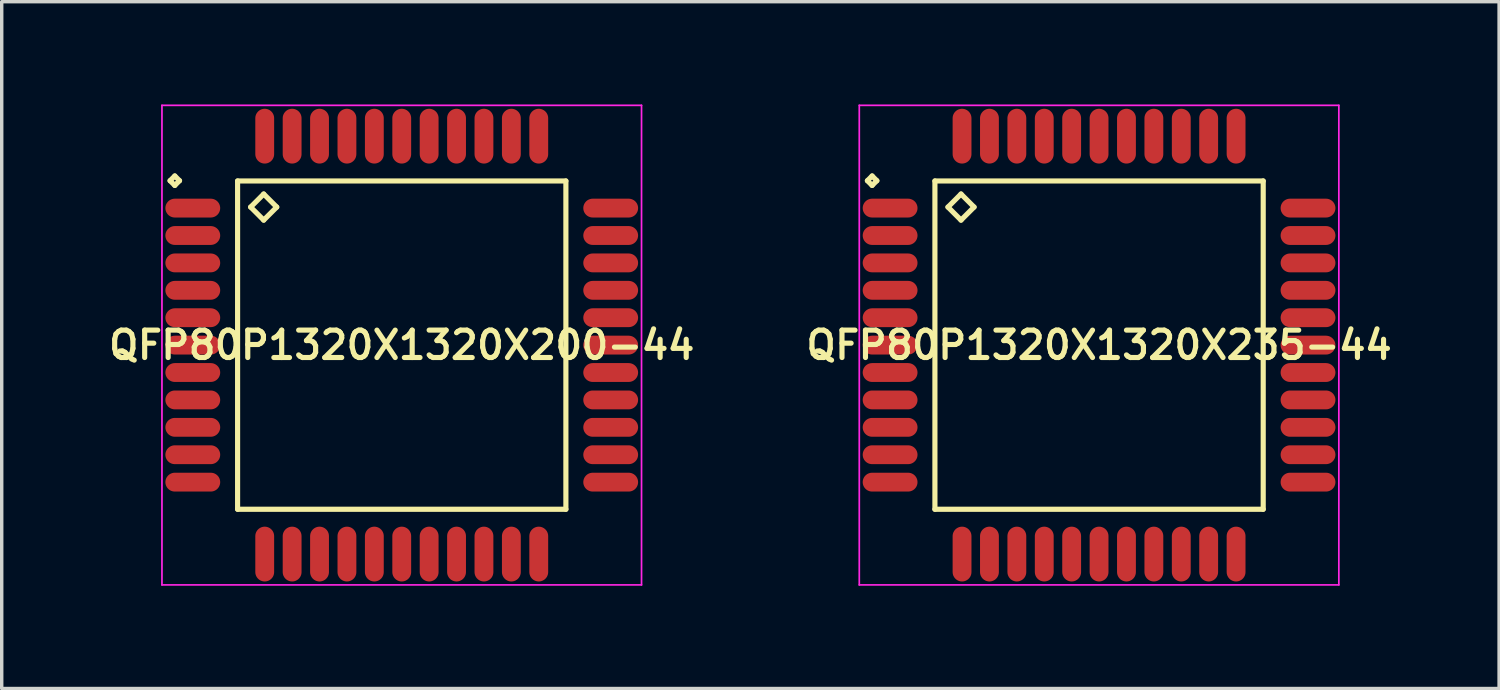
<source format=kicad_pcb>
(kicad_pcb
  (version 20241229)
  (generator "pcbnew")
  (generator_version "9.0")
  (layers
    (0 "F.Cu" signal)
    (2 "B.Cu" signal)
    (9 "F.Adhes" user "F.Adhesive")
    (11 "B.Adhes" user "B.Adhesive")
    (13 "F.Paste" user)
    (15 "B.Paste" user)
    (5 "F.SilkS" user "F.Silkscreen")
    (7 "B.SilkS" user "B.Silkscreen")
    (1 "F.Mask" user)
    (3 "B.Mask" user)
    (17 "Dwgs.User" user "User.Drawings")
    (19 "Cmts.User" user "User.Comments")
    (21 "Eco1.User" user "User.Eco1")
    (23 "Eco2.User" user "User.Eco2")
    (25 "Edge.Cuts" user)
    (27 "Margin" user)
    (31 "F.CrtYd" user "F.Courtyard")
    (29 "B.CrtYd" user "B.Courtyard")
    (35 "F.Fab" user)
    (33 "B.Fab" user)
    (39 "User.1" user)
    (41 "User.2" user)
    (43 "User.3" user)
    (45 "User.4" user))
  (footprint "QFP80P1320X1320X200-44"
    (layer "F.Cu")
    (at 8.678 7.025)
    (property "Reference" "QFP80P1320X1320X200-44" (at 0 0 0) (layer "F.SilkS") (effects (font (size 0.8 0.8) (thickness 0.15))))
    (attr smd)
    (fp_line (start -6.763 -4.8) (end -6.625 -4.938) (stroke (width 0.15) (type solid)) (layer "F.SilkS"))
    (fp_line (start -6.625 -4.938) (end -6.487 -4.8) (stroke (width 0.15) (type solid)) (layer "F.SilkS"))
    (fp_line (start -6.625 -4.662) (end -6.763 -4.8) (stroke (width 0.15) (type solid)) (layer "F.SilkS"))
    (fp_line (start -6.487 -4.8) (end -6.625 -4.662) (stroke (width 0.15) (type solid)) (layer "F.SilkS"))
    (fp_line (start -4.792 -4.792) (end -4.792 4.792) (stroke (width 0.15) (type solid)) (layer "F.SilkS"))
    (fp_line (start -4.792 4.792) (end 4.792 4.792) (stroke (width 0.15) (type solid)) (layer "F.SilkS"))
    (fp_line (start -4.411 -4.03) (end -4.03 -4.411) (stroke (width 0.15) (type solid)) (layer "F.SilkS"))
    (fp_line (start -4.03 -4.411) (end -3.649 -4.03) (stroke (width 0.15) (type solid)) (layer "F.SilkS"))
    (fp_line (start -4.03 -3.649) (end -4.411 -4.03) (stroke (width 0.15) (type solid)) (layer "F.SilkS"))
    (fp_line (start -3.649 -4.03) (end -4.03 -3.649) (stroke (width 0.15) (type solid)) (layer "F.SilkS"))
    (fp_line (start 4.792 -4.792) (end -4.792 -4.792) (stroke (width 0.15) (type solid)) (layer "F.SilkS"))
    (fp_line (start 4.792 4.792) (end 4.792 -4.792) (stroke (width 0.15) (type solid)) (layer "F.SilkS"))
    (fp_line (start -7 -7) (end 7 -7) (stroke (width 0.05) (type solid)) (layer "F.CrtYd"))
    (fp_line (start -7 7) (end -7 -7) (stroke (width 0.05) (type solid)) (layer "F.CrtYd"))
    (fp_line (start 7 -7) (end 7 7) (stroke (width 0.05) (type solid)) (layer "F.CrtYd"))
    (fp_line (start 7 7) (end -7 7) (stroke (width 0.05) (type solid)) (layer "F.CrtYd"))
    (pad "1" smd oval (at -6.1 -4) (size 1.6 0.55) (layers "F.Cu" "F.Mask" "F.Paste"))
    (pad "2" smd oval (at -6.1 -3.2) (size 1.6 0.55) (layers "F.Cu" "F.Mask" "F.Paste"))
    (pad "3" smd oval (at -6.1 -2.4) (size 1.6 0.55) (layers "F.Cu" "F.Mask" "F.Paste"))
    (pad "4" smd oval (at -6.1 -1.6) (size 1.6 0.55) (layers "F.Cu" "F.Mask" "F.Paste"))
    (pad "5" smd oval (at -6.1 -0.8) (size 1.6 0.55) (layers "F.Cu" "F.Mask" "F.Paste"))
    (pad "6" smd oval (at -6.1 0) (size 1.6 0.55) (layers "F.Cu" "F.Mask" "F.Paste"))
    (pad "7" smd oval (at -6.1 0.8) (size 1.6 0.55) (layers "F.Cu" "F.Mask" "F.Paste"))
    (pad "8" smd oval (at -6.1 1.6) (size 1.6 0.55) (layers "F.Cu" "F.Mask" "F.Paste"))
    (pad "9" smd oval (at -6.1 2.4) (size 1.6 0.55) (layers "F.Cu" "F.Mask" "F.Paste"))
    (pad "10" smd oval (at -6.1 3.2) (size 1.6 0.55) (layers "F.Cu" "F.Mask" "F.Paste"))
    (pad "11" smd oval (at -6.1 4) (size 1.6 0.55) (layers "F.Cu" "F.Mask" "F.Paste"))
    (pad "12" smd oval (at -4 6.1) (size 0.55 1.6) (layers "F.Cu" "F.Mask" "F.Paste"))
    (pad "13" smd oval (at -3.2 6.1) (size 0.55 1.6) (layers "F.Cu" "F.Mask" "F.Paste"))
    (pad "14" smd oval (at -2.4 6.1) (size 0.55 1.6) (layers "F.Cu" "F.Mask" "F.Paste"))
    (pad "15" smd oval (at -1.6 6.1) (size 0.55 1.6) (layers "F.Cu" "F.Mask" "F.Paste"))
    (pad "16" smd oval (at -0.8 6.1) (size 0.55 1.6) (layers "F.Cu" "F.Mask" "F.Paste"))
    (pad "17" smd oval (at 0 6.1) (size 0.55 1.6) (layers "F.Cu" "F.Mask" "F.Paste"))
    (pad "18" smd oval (at 0.8 6.1) (size 0.55 1.6) (layers "F.Cu" "F.Mask" "F.Paste"))
    (pad "19" smd oval (at 1.6 6.1) (size 0.55 1.6) (layers "F.Cu" "F.Mask" "F.Paste"))
    (pad "20" smd oval (at 2.4 6.1) (size 0.55 1.6) (layers "F.Cu" "F.Mask" "F.Paste"))
    (pad "21" smd oval (at 3.2 6.1) (size 0.55 1.6) (layers "F.Cu" "F.Mask" "F.Paste"))
    (pad "22" smd oval (at 4 6.1) (size 0.55 1.6) (layers "F.Cu" "F.Mask" "F.Paste"))
    (pad "23" smd oval (at 6.1 4) (size 1.6 0.55) (layers "F.Cu" "F.Mask" "F.Paste"))
    (pad "24" smd oval (at 6.1 3.2) (size 1.6 0.55) (layers "F.Cu" "F.Mask" "F.Paste"))
    (pad "25" smd oval (at 6.1 2.4) (size 1.6 0.55) (layers "F.Cu" "F.Mask" "F.Paste"))
    (pad "26" smd oval (at 6.1 1.6) (size 1.6 0.55) (layers "F.Cu" "F.Mask" "F.Paste"))
    (pad "27" smd oval (at 6.1 0.8) (size 1.6 0.55) (layers "F.Cu" "F.Mask" "F.Paste"))
    (pad "28" smd oval (at 6.1 0) (size 1.6 0.55) (layers "F.Cu" "F.Mask" "F.Paste"))
    (pad "29" smd oval (at 6.1 -0.8) (size 1.6 0.55) (layers "F.Cu" "F.Mask" "F.Paste"))
    (pad "30" smd oval (at 6.1 -1.6) (size 1.6 0.55) (layers "F.Cu" "F.Mask" "F.Paste"))
    (pad "31" smd oval (at 6.1 -2.4) (size 1.6 0.55) (layers "F.Cu" "F.Mask" "F.Paste"))
    (pad "32" smd oval (at 6.1 -3.2) (size 1.6 0.55) (layers "F.Cu" "F.Mask" "F.Paste"))
    (pad "33" smd oval (at 6.1 -4) (size 1.6 0.55) (layers "F.Cu" "F.Mask" "F.Paste"))
    (pad "34" smd oval (at 4 -6.1) (size 0.55 1.6) (layers "F.Cu" "F.Mask" "F.Paste"))
    (pad "35" smd oval (at 3.2 -6.1) (size 0.55 1.6) (layers "F.Cu" "F.Mask" "F.Paste"))
    (pad "36" smd oval (at 2.4 -6.1) (size 0.55 1.6) (layers "F.Cu" "F.Mask" "F.Paste"))
    (pad "37" smd oval (at 1.6 -6.1) (size 0.55 1.6) (layers "F.Cu" "F.Mask" "F.Paste"))
    (pad "38" smd oval (at 0.8 -6.1) (size 0.55 1.6) (layers "F.Cu" "F.Mask" "F.Paste"))
    (pad "39" smd oval (at 0 -6.1) (size 0.55 1.6) (layers "F.Cu" "F.Mask" "F.Paste"))
    (pad "40" smd oval (at -0.8 -6.1) (size 0.55 1.6) (layers "F.Cu" "F.Mask" "F.Paste"))
    (pad "41" smd oval (at -1.6 -6.1) (size 0.55 1.6) (layers "F.Cu" "F.Mask" "F.Paste"))
    (pad "42" smd oval (at -2.4 -6.1) (size 0.55 1.6) (layers "F.Cu" "F.Mask" "F.Paste"))
    (pad "43" smd oval (at -3.2 -6.1) (size 0.55 1.6) (layers "F.Cu" "F.Mask" "F.Paste"))
    (pad "44" smd oval (at -4 -6.1) (size 0.55 1.6) (layers "F.Cu" "F.Mask" "F.Paste")))
  (footprint "QFP80P1320X1320X235-44"
    (layer "F.Cu")
    (at 29.035 7.025)
    (property "Reference" "QFP80P1320X1320X235-44" (at 0 0 0) (layer "F.SilkS") (effects (font (size 0.8 0.8) (thickness 0.15))))
    (attr smd)
    (fp_line (start -6.763 -4.8) (end -6.625 -4.938) (stroke (width 0.15) (type solid)) (layer "F.SilkS"))
    (fp_line (start -6.625 -4.938) (end -6.487 -4.8) (stroke (width 0.15) (type solid)) (layer "F.SilkS"))
    (fp_line (start -6.625 -4.662) (end -6.763 -4.8) (stroke (width 0.15) (type solid)) (layer "F.SilkS"))
    (fp_line (start -6.487 -4.8) (end -6.625 -4.662) (stroke (width 0.15) (type solid)) (layer "F.SilkS"))
    (fp_line (start -4.792 -4.792) (end -4.792 4.792) (stroke (width 0.15) (type solid)) (layer "F.SilkS"))
    (fp_line (start -4.792 4.792) (end 4.792 4.792) (stroke (width 0.15) (type solid)) (layer "F.SilkS"))
    (fp_line (start -4.411 -4.03) (end -4.03 -4.411) (stroke (width 0.15) (type solid)) (layer "F.SilkS"))
    (fp_line (start -4.03 -4.411) (end -3.649 -4.03) (stroke (width 0.15) (type solid)) (layer "F.SilkS"))
    (fp_line (start -4.03 -3.649) (end -4.411 -4.03) (stroke (width 0.15) (type solid)) (layer "F.SilkS"))
    (fp_line (start -3.649 -4.03) (end -4.03 -3.649) (stroke (width 0.15) (type solid)) (layer "F.SilkS"))
    (fp_line (start 4.792 -4.792) (end -4.792 -4.792) (stroke (width 0.15) (type solid)) (layer "F.SilkS"))
    (fp_line (start 4.792 4.792) (end 4.792 -4.792) (stroke (width 0.15) (type solid)) (layer "F.SilkS"))
    (fp_line (start -7 -7) (end 7 -7) (stroke (width 0.05) (type solid)) (layer "F.CrtYd"))
    (fp_line (start -7 7) (end -7 -7) (stroke (width 0.05) (type solid)) (layer "F.CrtYd"))
    (fp_line (start 7 -7) (end 7 7) (stroke (width 0.05) (type solid)) (layer "F.CrtYd"))
    (fp_line (start 7 7) (end -7 7) (stroke (width 0.05) (type solid)) (layer "F.CrtYd"))
    (pad "1" smd oval (at -6.1 -4) (size 1.6 0.55) (layers "F.Cu" "F.Mask" "F.Paste"))
    (pad "2" smd oval (at -6.1 -3.2) (size 1.6 0.55) (layers "F.Cu" "F.Mask" "F.Paste"))
    (pad "3" smd oval (at -6.1 -2.4) (size 1.6 0.55) (layers "F.Cu" "F.Mask" "F.Paste"))
    (pad "4" smd oval (at -6.1 -1.6) (size 1.6 0.55) (layers "F.Cu" "F.Mask" "F.Paste"))
    (pad "5" smd oval (at -6.1 -0.8) (size 1.6 0.55) (layers "F.Cu" "F.Mask" "F.Paste"))
    (pad "6" smd oval (at -6.1 0) (size 1.6 0.55) (layers "F.Cu" "F.Mask" "F.Paste"))
    (pad "7" smd oval (at -6.1 0.8) (size 1.6 0.55) (layers "F.Cu" "F.Mask" "F.Paste"))
    (pad "8" smd oval (at -6.1 1.6) (size 1.6 0.55) (layers "F.Cu" "F.Mask" "F.Paste"))
    (pad "9" smd oval (at -6.1 2.4) (size 1.6 0.55) (layers "F.Cu" "F.Mask" "F.Paste"))
    (pad "10" smd oval (at -6.1 3.2) (size 1.6 0.55) (layers "F.Cu" "F.Mask" "F.Paste"))
    (pad "11" smd oval (at -6.1 4) (size 1.6 0.55) (layers "F.Cu" "F.Mask" "F.Paste"))
    (pad "12" smd oval (at -4 6.1) (size 0.55 1.6) (layers "F.Cu" "F.Mask" "F.Paste"))
    (pad "13" smd oval (at -3.2 6.1) (size 0.55 1.6) (layers "F.Cu" "F.Mask" "F.Paste"))
    (pad "14" smd oval (at -2.4 6.1) (size 0.55 1.6) (layers "F.Cu" "F.Mask" "F.Paste"))
    (pad "15" smd oval (at -1.6 6.1) (size 0.55 1.6) (layers "F.Cu" "F.Mask" "F.Paste"))
    (pad "16" smd oval (at -0.8 6.1) (size 0.55 1.6) (layers "F.Cu" "F.Mask" "F.Paste"))
    (pad "17" smd oval (at 0 6.1) (size 0.55 1.6) (layers "F.Cu" "F.Mask" "F.Paste"))
    (pad "18" smd oval (at 0.8 6.1) (size 0.55 1.6) (layers "F.Cu" "F.Mask" "F.Paste"))
    (pad "19" smd oval (at 1.6 6.1) (size 0.55 1.6) (layers "F.Cu" "F.Mask" "F.Paste"))
    (pad "20" smd oval (at 2.4 6.1) (size 0.55 1.6) (layers "F.Cu" "F.Mask" "F.Paste"))
    (pad "21" smd oval (at 3.2 6.1) (size 0.55 1.6) (layers "F.Cu" "F.Mask" "F.Paste"))
    (pad "22" smd oval (at 4 6.1) (size 0.55 1.6) (layers "F.Cu" "F.Mask" "F.Paste"))
    (pad "23" smd oval (at 6.1 4) (size 1.6 0.55) (layers "F.Cu" "F.Mask" "F.Paste"))
    (pad "24" smd oval (at 6.1 3.2) (size 1.6 0.55) (layers "F.Cu" "F.Mask" "F.Paste"))
    (pad "25" smd oval (at 6.1 2.4) (size 1.6 0.55) (layers "F.Cu" "F.Mask" "F.Paste"))
    (pad "26" smd oval (at 6.1 1.6) (size 1.6 0.55) (layers "F.Cu" "F.Mask" "F.Paste"))
    (pad "27" smd oval (at 6.1 0.8) (size 1.6 0.55) (layers "F.Cu" "F.Mask" "F.Paste"))
    (pad "28" smd oval (at 6.1 0) (size 1.6 0.55) (layers "F.Cu" "F.Mask" "F.Paste"))
    (pad "29" smd oval (at 6.1 -0.8) (size 1.6 0.55) (layers "F.Cu" "F.Mask" "F.Paste"))
    (pad "30" smd oval (at 6.1 -1.6) (size 1.6 0.55) (layers "F.Cu" "F.Mask" "F.Paste"))
    (pad "31" smd oval (at 6.1 -2.4) (size 1.6 0.55) (layers "F.Cu" "F.Mask" "F.Paste"))
    (pad "32" smd oval (at 6.1 -3.2) (size 1.6 0.55) (layers "F.Cu" "F.Mask" "F.Paste"))
    (pad "33" smd oval (at 6.1 -4) (size 1.6 0.55) (layers "F.Cu" "F.Mask" "F.Paste"))
    (pad "34" smd oval (at 4 -6.1) (size 0.55 1.6) (layers "F.Cu" "F.Mask" "F.Paste"))
    (pad "35" smd oval (at 3.2 -6.1) (size 0.55 1.6) (layers "F.Cu" "F.Mask" "F.Paste"))
    (pad "36" smd oval (at 2.4 -6.1) (size 0.55 1.6) (layers "F.Cu" "F.Mask" "F.Paste"))
    (pad "37" smd oval (at 1.6 -6.1) (size 0.55 1.6) (layers "F.Cu" "F.Mask" "F.Paste"))
    (pad "38" smd oval (at 0.8 -6.1) (size 0.55 1.6) (layers "F.Cu" "F.Mask" "F.Paste"))
    (pad "39" smd oval (at 0 -6.1) (size 0.55 1.6) (layers "F.Cu" "F.Mask" "F.Paste"))
    (pad "40" smd oval (at -0.8 -6.1) (size 0.55 1.6) (layers "F.Cu" "F.Mask" "F.Paste"))
    (pad "41" smd oval (at -1.6 -6.1) (size 0.55 1.6) (layers "F.Cu" "F.Mask" "F.Paste"))
    (pad "42" smd oval (at -2.4 -6.1) (size 0.55 1.6) (layers "F.Cu" "F.Mask" "F.Paste"))
    (pad "43" smd oval (at -3.2 -6.1) (size 0.55 1.6) (layers "F.Cu" "F.Mask" "F.Paste"))
    (pad "44" smd oval (at -4 -6.1) (size 0.55 1.6) (layers "F.Cu" "F.Mask" "F.Paste")))
  (gr_rect
    (start -3 -3)
    (end 40.713 17.05)
    (stroke (width 0.1) (type default))
    (fill no)
    (layer "Edge.Cuts")))
</source>
